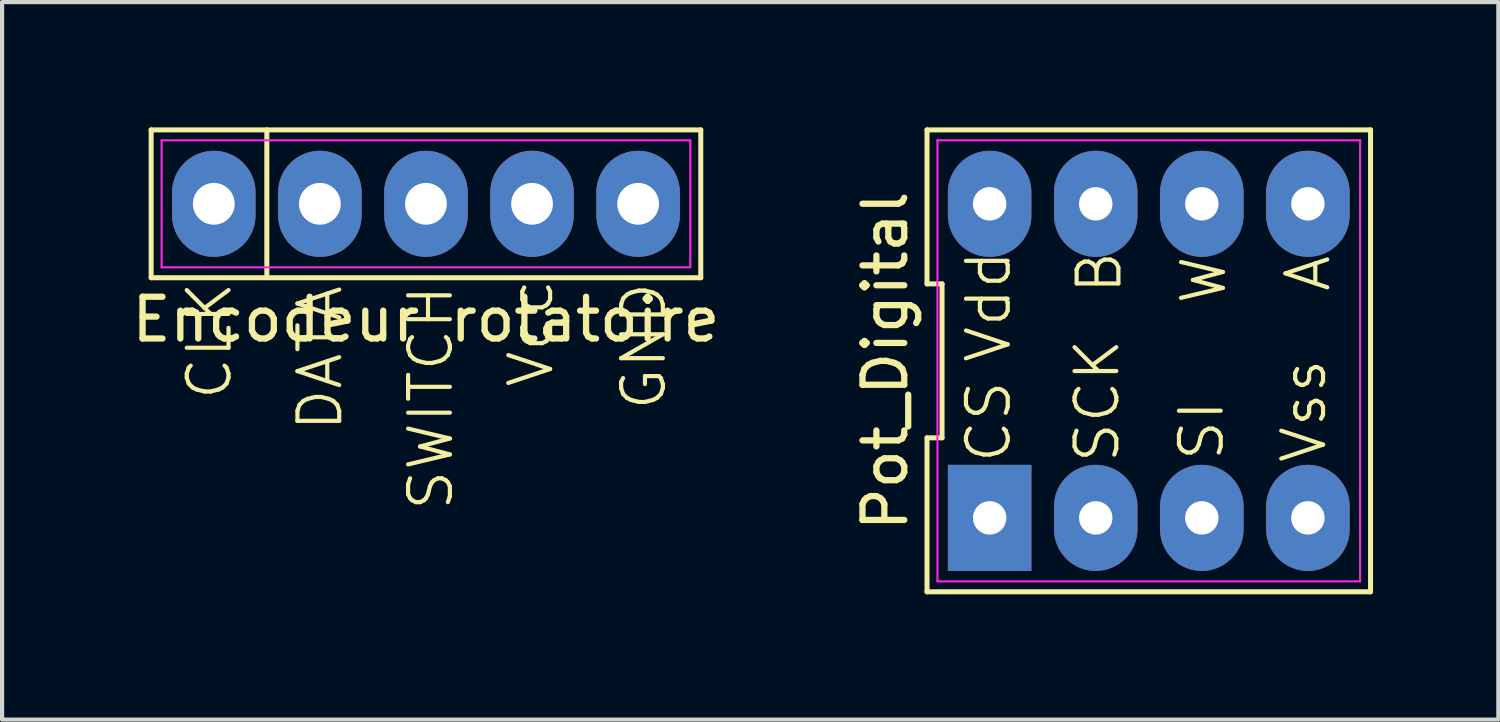
<source format=kicad_pcb>
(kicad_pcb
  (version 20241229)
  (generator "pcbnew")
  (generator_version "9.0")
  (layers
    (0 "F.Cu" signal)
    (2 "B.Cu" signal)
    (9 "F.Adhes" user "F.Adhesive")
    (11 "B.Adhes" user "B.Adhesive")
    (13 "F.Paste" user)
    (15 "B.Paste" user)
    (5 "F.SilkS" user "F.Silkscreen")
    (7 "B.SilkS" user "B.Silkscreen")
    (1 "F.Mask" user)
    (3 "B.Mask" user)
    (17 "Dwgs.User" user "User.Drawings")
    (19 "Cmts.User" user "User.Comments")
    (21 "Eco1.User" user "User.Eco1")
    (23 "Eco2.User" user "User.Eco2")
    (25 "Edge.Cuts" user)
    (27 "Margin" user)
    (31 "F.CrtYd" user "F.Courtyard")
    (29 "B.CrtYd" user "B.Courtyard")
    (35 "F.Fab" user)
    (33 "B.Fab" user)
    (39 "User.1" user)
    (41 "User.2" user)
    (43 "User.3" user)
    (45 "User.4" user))
  (footprint "Encodeur rotatoire"
    (layer "F.Cu")
    (at 7.149 1.83)
    (property "Reference" "Encodeur rotatoire" (at 0 2.77 0) (layer "F.SilkS") (effects (font (size 1 1) (thickness 0.15))))
    (attr through_hole)
    (fp_line (start -6.58 -1.77) (end 6.58 -1.77) (stroke (width 0.12) (type default)) (layer "F.SilkS"))
    (fp_line (start -6.58 1.77) (end -6.58 -1.77) (stroke (width 0.12) (type default)) (layer "F.SilkS"))
    (fp_line (start -3.81 -1.77) (end -3.81 1.77) (stroke (width 0.12) (type default)) (layer "F.SilkS"))
    (fp_line (start 6.58 -1.77) (end 6.58 1.77) (stroke (width 0.12) (type default)) (layer "F.SilkS"))
    (fp_line (start 6.58 1.77) (end -6.58 1.77) (stroke (width 0.12) (type default)) (layer "F.SilkS"))
    (fp_line (start -6.33 -1.52) (end 6.33 -1.52) (stroke (width 0.05) (type default)) (layer "F.CrtYd"))
    (fp_line (start -6.33 1.52) (end -6.33 -1.52) (stroke (width 0.05) (type default)) (layer "F.CrtYd"))
    (fp_line (start 6.33 -1.52) (end 6.33 1.52) (stroke (width 0.05) (type default)) (layer "F.CrtYd"))
    (fp_line (start 6.33 1.52) (end -6.33 1.52) (stroke (width 0.05) (type default)) (layer "F.CrtYd"))
    (fp_text user "CLK" (at -4.6 4.75 90) (unlocked yes) (layer "F.SilkS") (effects (font (size 1 1) (thickness 0.1)) (justify left bottom)))
    (fp_text user "GND" (at 5.8 5 90) (unlocked yes) (layer "F.SilkS") (effects (font (size 1 1) (thickness 0.1)) (justify left bottom)))
    (fp_text user "Vcc" (at 3.1 4.45 90) (unlocked yes) (layer "F.SilkS") (effects (font (size 1 1) (thickness 0.1)) (justify left bottom)))
    (fp_text user "DATA" (at -1.95 5.5 90) (unlocked yes) (layer "F.SilkS") (effects (font (size 1 1) (thickness 0.1)) (justify left bottom)))
    (fp_text user "SWITCH" (at 0.7 7.4 90) (unlocked yes) (layer "F.SilkS") (effects (font (size 1 1) (thickness 0.1)) (justify left bottom)))
    (pad "1" thru_hole oval (at -5.08 0) (size 2 2.54) (drill 1) (layers "*.Cu" "*.Mask"))
    (pad "2" thru_hole oval (at -2.54 0) (size 2 2.54) (drill 1) (layers "*.Cu" "*.Mask"))
    (pad "3" thru_hole oval (at 0 0) (size 2 2.54) (drill 1) (layers "*.Cu" "*.Mask"))
    (pad "4" thru_hole oval (at 2.54 0) (size 2 2.54) (drill 1) (layers "*.Cu" "*.Mask"))
    (pad "5" thru_hole oval (at 5.08 0) (size 2 2.54) (drill 1) (layers "*.Cu" "*.Mask")))
  (footprint "Pot_Digital"
    (layer "F.Cu")
    (at 24.456 5.59)
    (property "Reference" "Pot_Digital" (at -6.31 0 90) (layer "F.SilkS") (effects (font (size 1 1) (thickness 0.15))))
    (attr through_hole)
    (fp_line (start -5.31 -5.53) (end -5.31 -1.843) (stroke (width 0.12) (type default)) (layer "F.SilkS"))
    (fp_line (start -5.31 -1.843) (end -4.95 -1.843) (stroke (width 0.12) (type default)) (layer "F.SilkS"))
    (fp_line (start -5.31 1.843) (end -5.31 5.53) (stroke (width 0.12) (type default)) (layer "F.SilkS"))
    (fp_line (start -5.31 5.53) (end 5.31 5.53) (stroke (width 0.12) (type default)) (layer "F.SilkS"))
    (fp_line (start -4.95 -1.843) (end -4.95 1.843) (stroke (width 0.12) (type default)) (layer "F.SilkS"))
    (fp_line (start -4.95 1.843) (end -5.31 1.843) (stroke (width 0.12) (type default)) (layer "F.SilkS"))
    (fp_line (start 5.31 -5.53) (end -5.31 -5.53) (stroke (width 0.12) (type default)) (layer "F.SilkS"))
    (fp_line (start 5.31 5.53) (end 5.31 -5.53) (stroke (width 0.12) (type default)) (layer "F.SilkS"))
    (fp_line (start -5.06 -5.28) (end 5.06 -5.28) (stroke (width 0.05) (type default)) (layer "F.CrtYd"))
    (fp_line (start -5.06 5.28) (end -5.06 -5.28) (stroke (width 0.05) (type default)) (layer "F.CrtYd"))
    (fp_line (start 5.06 -5.28) (end 5.06 5.28) (stroke (width 0.05) (type default)) (layer "F.CrtYd"))
    (fp_line (start 5.06 5.28) (end -5.06 5.28) (stroke (width 0.05) (type default)) (layer "F.CrtYd"))
    (fp_text user "A" (at 4.4 -1.6 90) (unlocked yes) (layer "F.SilkS") (effects (font (size 1 1) (thickness 0.1)) (justify left bottom)))
    (fp_text user "Vdd" (at -3.25 0.1 90) (unlocked yes) (layer "F.SilkS") (effects (font (size 1 1) (thickness 0.1)) (justify left bottom)))
    (fp_text user "CS" (at -3.25 2.5 90) (unlocked yes) (layer "F.SilkS") (effects (font (size 1 1) (thickness 0.1)) (justify left bottom)))
    (fp_text user "SI" (at 1.85 2.45 90) (unlocked yes) (layer "F.SilkS") (effects (font (size 1 1) (thickness 0.1)) (justify left bottom)))
    (fp_text user "SCK" (at -0.65 2.5 90) (unlocked yes) (layer "F.SilkS") (effects (font (size 1 1) (thickness 0.1)) (justify left bottom)))
    (fp_text user "W" (at 1.9 -1.3 90) (unlocked yes) (layer "F.SilkS") (effects (font (size 1 1) (thickness 0.1)) (justify left bottom)))
    (fp_text user "Vss" (at 4.3 2.5 90) (unlocked yes) (layer "F.SilkS") (effects (font (size 1 1) (thickness 0.1)) (justify left bottom)))
    (fp_text user "B" (at -0.6 -1.55 90) (unlocked yes) (layer "F.SilkS") (effects (font (size 1 1) (thickness 0.1)) (justify left bottom)))
    (pad "1" thru_hole rect (at -3.81 3.76) (size 2 2.54) (drill 0.8) (layers "*.Cu" "*.Mask"))
    (pad "2" thru_hole oval (at -1.27 3.76) (size 2 2.54) (drill 0.8) (layers "*.Cu" "*.Mask"))
    (pad "3" thru_hole oval (at 1.27 3.76) (size 2 2.54) (drill 0.8) (layers "*.Cu" "*.Mask"))
    (pad "4" thru_hole oval (at 3.81 3.76) (size 2 2.54) (drill 0.8) (layers "*.Cu" "*.Mask"))
    (pad "5" thru_hole oval (at 3.81 -3.76) (size 2 2.54) (drill 0.8) (layers "*.Cu" "*.Mask"))
    (pad "6" thru_hole oval (at 1.27 -3.76) (size 2 2.54) (drill 0.8) (layers "*.Cu" "*.Mask"))
    (pad "7" thru_hole oval (at -1.27 -3.76) (size 2 2.54) (drill 0.8) (layers "*.Cu" "*.Mask"))
    (pad "8" thru_hole oval (at -3.81 -3.76) (size 2 2.54) (drill 0.8) (layers "*.Cu" "*.Mask")))
  (gr_rect
    (start -3 -3)
    (end 32.826 14.18)
    (stroke (width 0.1) (type default))
    (fill no)
    (layer "Edge.Cuts")))
</source>
